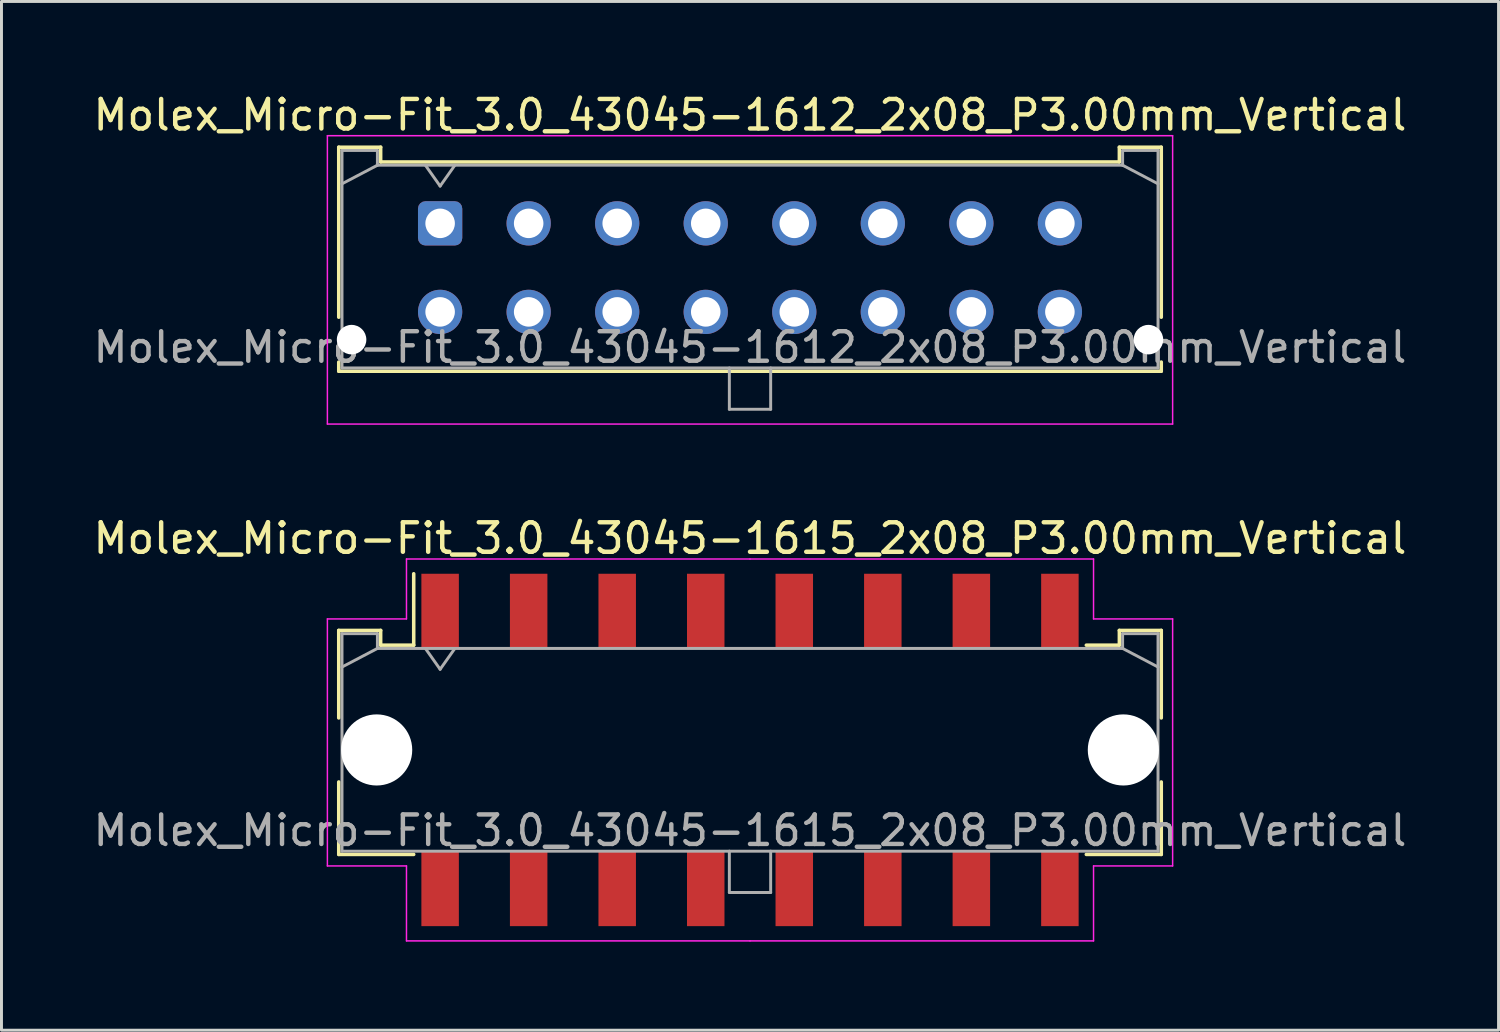
<source format=kicad_pcb>
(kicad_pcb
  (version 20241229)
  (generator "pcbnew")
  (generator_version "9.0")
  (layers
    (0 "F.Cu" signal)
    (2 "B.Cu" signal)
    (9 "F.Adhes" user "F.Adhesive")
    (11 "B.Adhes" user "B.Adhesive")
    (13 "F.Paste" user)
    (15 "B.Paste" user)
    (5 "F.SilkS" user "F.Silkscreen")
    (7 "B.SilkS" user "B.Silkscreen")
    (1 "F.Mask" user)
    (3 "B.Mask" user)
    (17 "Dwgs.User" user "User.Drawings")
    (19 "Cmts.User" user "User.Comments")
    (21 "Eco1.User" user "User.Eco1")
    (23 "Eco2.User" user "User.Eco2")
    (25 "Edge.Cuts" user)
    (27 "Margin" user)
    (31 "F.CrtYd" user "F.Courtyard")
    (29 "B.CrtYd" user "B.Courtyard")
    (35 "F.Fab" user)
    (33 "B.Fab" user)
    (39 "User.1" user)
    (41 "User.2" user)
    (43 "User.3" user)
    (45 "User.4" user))
  (footprint "Molex_Micro-Fit_3.0_43045-1615_2x08_P3.00mm_Vertical"
    (layer "F.Cu")
    (at 22.363 22.361)
    (property "Reference" "Molex_Micro-Fit_3.0_43045-1615_2x08_P3.00mm_Vertical" (at 0 -7.17 0) (layer "F.SilkS") (effects (font (size 1 1) (thickness 0.15))))
    (attr smd)
    (fp_line (start -13.935 -4.05) (end -12.515 -4.05) (stroke (width 0.12) (type solid)) (layer "F.SilkS"))
    (fp_line (start -13.935 -1.085) (end -13.935 -4.05) (stroke (width 0.12) (type solid)) (layer "F.SilkS"))
    (fp_line (start -13.935 1.085) (end -13.935 3.54) (stroke (width 0.12) (type solid)) (layer "F.SilkS"))
    (fp_line (start -13.935 3.54) (end -11.395 3.54) (stroke (width 0.12) (type solid)) (layer "F.SilkS"))
    (fp_line (start -12.515 -4.05) (end -12.515 -3.55) (stroke (width 0.12) (type solid)) (layer "F.SilkS"))
    (fp_line (start -12.515 -3.55) (end -11.395 -3.55) (stroke (width 0.12) (type solid)) (layer "F.SilkS"))
    (fp_line (start -11.395 -3.55) (end -11.395 -5.97) (stroke (width 0.12) (type solid)) (layer "F.SilkS"))
    (fp_line (start 12.515 -4.05) (end 12.515 -3.55) (stroke (width 0.12) (type solid)) (layer "F.SilkS"))
    (fp_line (start 12.515 -3.55) (end 11.395 -3.55) (stroke (width 0.12) (type solid)) (layer "F.SilkS"))
    (fp_line (start 13.935 -4.05) (end 12.515 -4.05) (stroke (width 0.12) (type solid)) (layer "F.SilkS"))
    (fp_line (start 13.935 -1.085) (end 13.935 -4.05) (stroke (width 0.12) (type solid)) (layer "F.SilkS"))
    (fp_line (start 13.935 1.085) (end 13.935 3.54) (stroke (width 0.12) (type solid)) (layer "F.SilkS"))
    (fp_line (start 13.935 3.54) (end 11.395 3.54) (stroke (width 0.12) (type solid)) (layer "F.SilkS"))
    (fp_line (start -14.32 -4.44) (end -14.32 3.93) (stroke (width 0.05) (type solid)) (layer "F.CrtYd"))
    (fp_line (start -14.32 3.93) (end -11.64 3.93) (stroke (width 0.05) (type solid)) (layer "F.CrtYd"))
    (fp_line (start -11.64 -6.47) (end -11.64 -4.44) (stroke (width 0.05) (type solid)) (layer "F.CrtYd"))
    (fp_line (start -11.64 -4.44) (end -14.32 -4.44) (stroke (width 0.05) (type solid)) (layer "F.CrtYd"))
    (fp_line (start -11.64 3.93) (end -11.64 6.47) (stroke (width 0.05) (type solid)) (layer "F.CrtYd"))
    (fp_line (start -11.64 6.47) (end 0 6.47) (stroke (width 0.05) (type solid)) (layer "F.CrtYd"))
    (fp_line (start 0 -6.47) (end -11.64 -6.47) (stroke (width 0.05) (type solid)) (layer "F.CrtYd"))
    (fp_line (start 0 -6.47) (end 11.64 -6.47) (stroke (width 0.05) (type solid)) (layer "F.CrtYd"))
    (fp_line (start 11.64 -6.47) (end 11.64 -4.44) (stroke (width 0.05) (type solid)) (layer "F.CrtYd"))
    (fp_line (start 11.64 -4.44) (end 14.32 -4.44) (stroke (width 0.05) (type solid)) (layer "F.CrtYd"))
    (fp_line (start 11.64 3.93) (end 11.64 6.47) (stroke (width 0.05) (type solid)) (layer "F.CrtYd"))
    (fp_line (start 11.64 6.47) (end 0 6.47) (stroke (width 0.05) (type solid)) (layer "F.CrtYd"))
    (fp_line (start 14.32 -4.44) (end 14.32 3.93) (stroke (width 0.05) (type solid)) (layer "F.CrtYd"))
    (fp_line (start 14.32 3.93) (end 11.64 3.93) (stroke (width 0.05) (type solid)) (layer "F.CrtYd"))
    (fp_line (start -13.825 -3.94) (end -13.825 3.43) (stroke (width 0.1) (type solid)) (layer "F.Fab"))
    (fp_line (start -13.825 -2.81) (end -12.625 -3.44) (stroke (width 0.1) (type solid)) (layer "F.Fab"))
    (fp_line (start -13.825 3.43) (end 13.825 3.43) (stroke (width 0.1) (type solid)) (layer "F.Fab"))
    (fp_line (start -12.625 -3.94) (end -13.825 -3.94) (stroke (width 0.1) (type solid)) (layer "F.Fab"))
    (fp_line (start -12.625 -3.44) (end -12.625 -3.94) (stroke (width 0.1) (type solid)) (layer "F.Fab"))
    (fp_line (start -11 -3.44) (end -10.5 -2.733) (stroke (width 0.1) (type solid)) (layer "F.Fab"))
    (fp_line (start -10.5 -2.733) (end -10 -3.44) (stroke (width 0.1) (type solid)) (layer "F.Fab"))
    (fp_line (start -0.7 3.43) (end -0.7 4.83) (stroke (width 0.1) (type solid)) (layer "F.Fab"))
    (fp_line (start -0.7 4.83) (end 0.7 4.83) (stroke (width 0.1) (type solid)) (layer "F.Fab"))
    (fp_line (start 0.7 4.83) (end 0.7 3.43) (stroke (width 0.1) (type solid)) (layer "F.Fab"))
    (fp_line (start 12.625 -3.94) (end 12.625 -3.44) (stroke (width 0.1) (type solid)) (layer "F.Fab"))
    (fp_line (start 12.625 -3.44) (end -12.625 -3.44) (stroke (width 0.1) (type solid)) (layer "F.Fab"))
    (fp_line (start 13.825 -3.94) (end 12.625 -3.94) (stroke (width 0.1) (type solid)) (layer "F.Fab"))
    (fp_line (start 13.825 -2.81) (end 12.625 -3.44) (stroke (width 0.1) (type solid)) (layer "F.Fab"))
    (fp_line (start 13.825 3.43) (end 13.825 -3.94) (stroke (width 0.1) (type solid)) (layer "F.Fab"))
    (fp_text user "${REFERENCE}" (at 0 2.73 0) (layer "F.Fab") (effects (font (size 1 1) (thickness 0.15))))
    (pad "" np_thru_hole circle (at -12.65 0) (size 2.41 2.41) (drill 2.41) (layers "*.Cu" "*.Mask"))
    (pad "" np_thru_hole circle (at 12.65 0) (size 2.41 2.41) (drill 2.41) (layers "*.Cu" "*.Mask"))
    (pad "1" smd rect (at -10.5 -4.7) (size 1.27 2.54) (layers "F.Cu" "F.Mask" "F.Paste"))
    (pad "2" smd rect (at -7.5 -4.7) (size 1.27 2.54) (layers "F.Cu" "F.Mask" "F.Paste"))
    (pad "3" smd rect (at -4.5 -4.7) (size 1.27 2.54) (layers "F.Cu" "F.Mask" "F.Paste"))
    (pad "4" smd rect (at -1.5 -4.7) (size 1.27 2.54) (layers "F.Cu" "F.Mask" "F.Paste"))
    (pad "5" smd rect (at 1.5 -4.7) (size 1.27 2.54) (layers "F.Cu" "F.Mask" "F.Paste"))
    (pad "6" smd rect (at 4.5 -4.7) (size 1.27 2.54) (layers "F.Cu" "F.Mask" "F.Paste"))
    (pad "7" smd rect (at 7.5 -4.7) (size 1.27 2.54) (layers "F.Cu" "F.Mask" "F.Paste"))
    (pad "8" smd rect (at 10.5 -4.7) (size 1.27 2.54) (layers "F.Cu" "F.Mask" "F.Paste"))
    (pad "9" smd rect (at -10.5 4.7) (size 1.27 2.54) (layers "F.Cu" "F.Mask" "F.Paste"))
    (pad "10" smd rect (at -7.5 4.7) (size 1.27 2.54) (layers "F.Cu" "F.Mask" "F.Paste"))
    (pad "11" smd rect (at -4.5 4.7) (size 1.27 2.54) (layers "F.Cu" "F.Mask" "F.Paste"))
    (pad "12" smd rect (at -1.5 4.7) (size 1.27 2.54) (layers "F.Cu" "F.Mask" "F.Paste"))
    (pad "13" smd rect (at 1.5 4.7) (size 1.27 2.54) (layers "F.Cu" "F.Mask" "F.Paste"))
    (pad "14" smd rect (at 4.5 4.7) (size 1.27 2.54) (layers "F.Cu" "F.Mask" "F.Paste"))
    (pad "15" smd rect (at 7.5 4.7) (size 1.27 2.54) (layers "F.Cu" "F.Mask" "F.Paste"))
    (pad "16" smd rect (at 10.5 4.7) (size 1.27 2.54) (layers "F.Cu" "F.Mask" "F.Paste")))
  (footprint "Molex_Micro-Fit_3.0_43045-1612_2x08_P3.00mm_Vertical"
    (layer "F.Cu")
    (at 11.863 4.518)
    (property "Reference" "Molex_Micro-Fit_3.0_43045-1612_2x08_P3.00mm_Vertical" (at 10.5 -3.67 0) (layer "F.SilkS") (effects (font (size 1 1) (thickness 0.15))))
    (attr through_hole)
    (fp_line (start -3.435 -2.58) (end -2.015 -2.58) (stroke (width 0.12) (type solid)) (layer "F.SilkS"))
    (fp_line (start -3.435 3.18) (end -3.435 -2.58) (stroke (width 0.12) (type solid)) (layer "F.SilkS"))
    (fp_line (start -3.435 4.7) (end -3.435 5.01) (stroke (width 0.12) (type solid)) (layer "F.SilkS"))
    (fp_line (start -3.435 5.01) (end 24.435 5.01) (stroke (width 0.12) (type solid)) (layer "F.SilkS"))
    (fp_line (start -2.015 -2.58) (end -2.015 -2.08) (stroke (width 0.12) (type solid)) (layer "F.SilkS"))
    (fp_line (start -2.015 -2.08) (end 23.015 -2.08) (stroke (width 0.12) (type solid)) (layer "F.SilkS"))
    (fp_line (start 23.015 -2.58) (end 24.435 -2.58) (stroke (width 0.12) (type solid)) (layer "F.SilkS"))
    (fp_line (start 23.015 -2.08) (end 23.015 -2.58) (stroke (width 0.12) (type solid)) (layer "F.SilkS"))
    (fp_line (start 24.435 -2.58) (end 24.435 3.18) (stroke (width 0.12) (type solid)) (layer "F.SilkS"))
    (fp_line (start 24.435 5.01) (end 24.435 4.7) (stroke (width 0.12) (type solid)) (layer "F.SilkS"))
    (fp_line (start -3.82 -2.97) (end 24.82 -2.97) (stroke (width 0.05) (type solid)) (layer "F.CrtYd"))
    (fp_line (start -3.82 6.8) (end -3.82 -2.97) (stroke (width 0.05) (type solid)) (layer "F.CrtYd"))
    (fp_line (start 24.82 -2.97) (end 24.82 6.8) (stroke (width 0.05) (type solid)) (layer "F.CrtYd"))
    (fp_line (start 24.82 6.8) (end -3.82 6.8) (stroke (width 0.05) (type solid)) (layer "F.CrtYd"))
    (fp_line (start -3.325 -2.47) (end -3.325 4.9) (stroke (width 0.1) (type solid)) (layer "F.Fab"))
    (fp_line (start -3.325 -1.34) (end -2.125 -1.97) (stroke (width 0.1) (type solid)) (layer "F.Fab"))
    (fp_line (start -3.325 4.9) (end 24.325 4.9) (stroke (width 0.1) (type solid)) (layer "F.Fab"))
    (fp_line (start -2.125 -2.47) (end -3.325 -2.47) (stroke (width 0.1) (type solid)) (layer "F.Fab"))
    (fp_line (start -2.125 -1.97) (end -2.125 -2.47) (stroke (width 0.1) (type solid)) (layer "F.Fab"))
    (fp_line (start -0.5 -1.97) (end 0 -1.263) (stroke (width 0.1) (type solid)) (layer "F.Fab"))
    (fp_line (start 0 -1.263) (end 0.5 -1.97) (stroke (width 0.1) (type solid)) (layer "F.Fab"))
    (fp_line (start 9.8 4.9) (end 9.8 6.3) (stroke (width 0.1) (type solid)) (layer "F.Fab"))
    (fp_line (start 9.8 6.3) (end 11.2 6.3) (stroke (width 0.1) (type solid)) (layer "F.Fab"))
    (fp_line (start 11.2 6.3) (end 11.2 4.9) (stroke (width 0.1) (type solid)) (layer "F.Fab"))
    (fp_line (start 23.125 -2.47) (end 23.125 -1.97) (stroke (width 0.1) (type solid)) (layer "F.Fab"))
    (fp_line (start 23.125 -1.97) (end -2.125 -1.97) (stroke (width 0.1) (type solid)) (layer "F.Fab"))
    (fp_line (start 24.325 -2.47) (end 23.125 -2.47) (stroke (width 0.1) (type solid)) (layer "F.Fab"))
    (fp_line (start 24.325 -1.34) (end 23.125 -1.97) (stroke (width 0.1) (type solid)) (layer "F.Fab"))
    (fp_line (start 24.325 4.9) (end 24.325 -2.47) (stroke (width 0.1) (type solid)) (layer "F.Fab"))
    (fp_text user "${REFERENCE}" (at 10.5 4.2 0) (layer "F.Fab") (effects (font (size 1 1) (thickness 0.15))))
    (pad "" np_thru_hole circle (at -3 3.94) (size 1 1) (drill 1) (layers "*.Cu" "*.Mask"))
    (pad "" np_thru_hole circle (at 24 3.94) (size 1 1) (drill 1) (layers "*.Cu" "*.Mask"))
    (pad "1" thru_hole roundrect (at 0 0) (size 1.5 1.5) (drill 1) (layers "*.Cu" "*.Mask") (roundrect_rratio 0.167))
    (pad "2" thru_hole circle (at 3 0) (size 1.5 1.5) (drill 1) (layers "*.Cu" "*.Mask"))
    (pad "3" thru_hole circle (at 6 0) (size 1.5 1.5) (drill 1) (layers "*.Cu" "*.Mask"))
    (pad "4" thru_hole circle (at 9 0) (size 1.5 1.5) (drill 1) (layers "*.Cu" "*.Mask"))
    (pad "5" thru_hole circle (at 12 0) (size 1.5 1.5) (drill 1) (layers "*.Cu" "*.Mask"))
    (pad "6" thru_hole circle (at 15 0) (size 1.5 1.5) (drill 1) (layers "*.Cu" "*.Mask"))
    (pad "7" thru_hole circle (at 18 0) (size 1.5 1.5) (drill 1) (layers "*.Cu" "*.Mask"))
    (pad "8" thru_hole circle (at 21 0) (size 1.5 1.5) (drill 1) (layers "*.Cu" "*.Mask"))
    (pad "9" thru_hole circle (at 0 3) (size 1.5 1.5) (drill 1) (layers "*.Cu" "*.Mask"))
    (pad "10" thru_hole circle (at 3 3) (size 1.5 1.5) (drill 1) (layers "*.Cu" "*.Mask"))
    (pad "11" thru_hole circle (at 6 3) (size 1.5 1.5) (drill 1) (layers "*.Cu" "*.Mask"))
    (pad "12" thru_hole circle (at 9 3) (size 1.5 1.5) (drill 1) (layers "*.Cu" "*.Mask"))
    (pad "13" thru_hole circle (at 12 3) (size 1.5 1.5) (drill 1) (layers "*.Cu" "*.Mask"))
    (pad "14" thru_hole circle (at 15 3) (size 1.5 1.5) (drill 1) (layers "*.Cu" "*.Mask"))
    (pad "15" thru_hole circle (at 18 3) (size 1.5 1.5) (drill 1) (layers "*.Cu" "*.Mask"))
    (pad "16" thru_hole circle (at 21 3) (size 1.5 1.5) (drill 1) (layers "*.Cu" "*.Mask")))
  (gr_rect
    (start -3 -3)
    (end 47.726 31.857)
    (stroke (width 0.1) (type default))
    (fill no)
    (layer "Edge.Cuts")))
</source>
